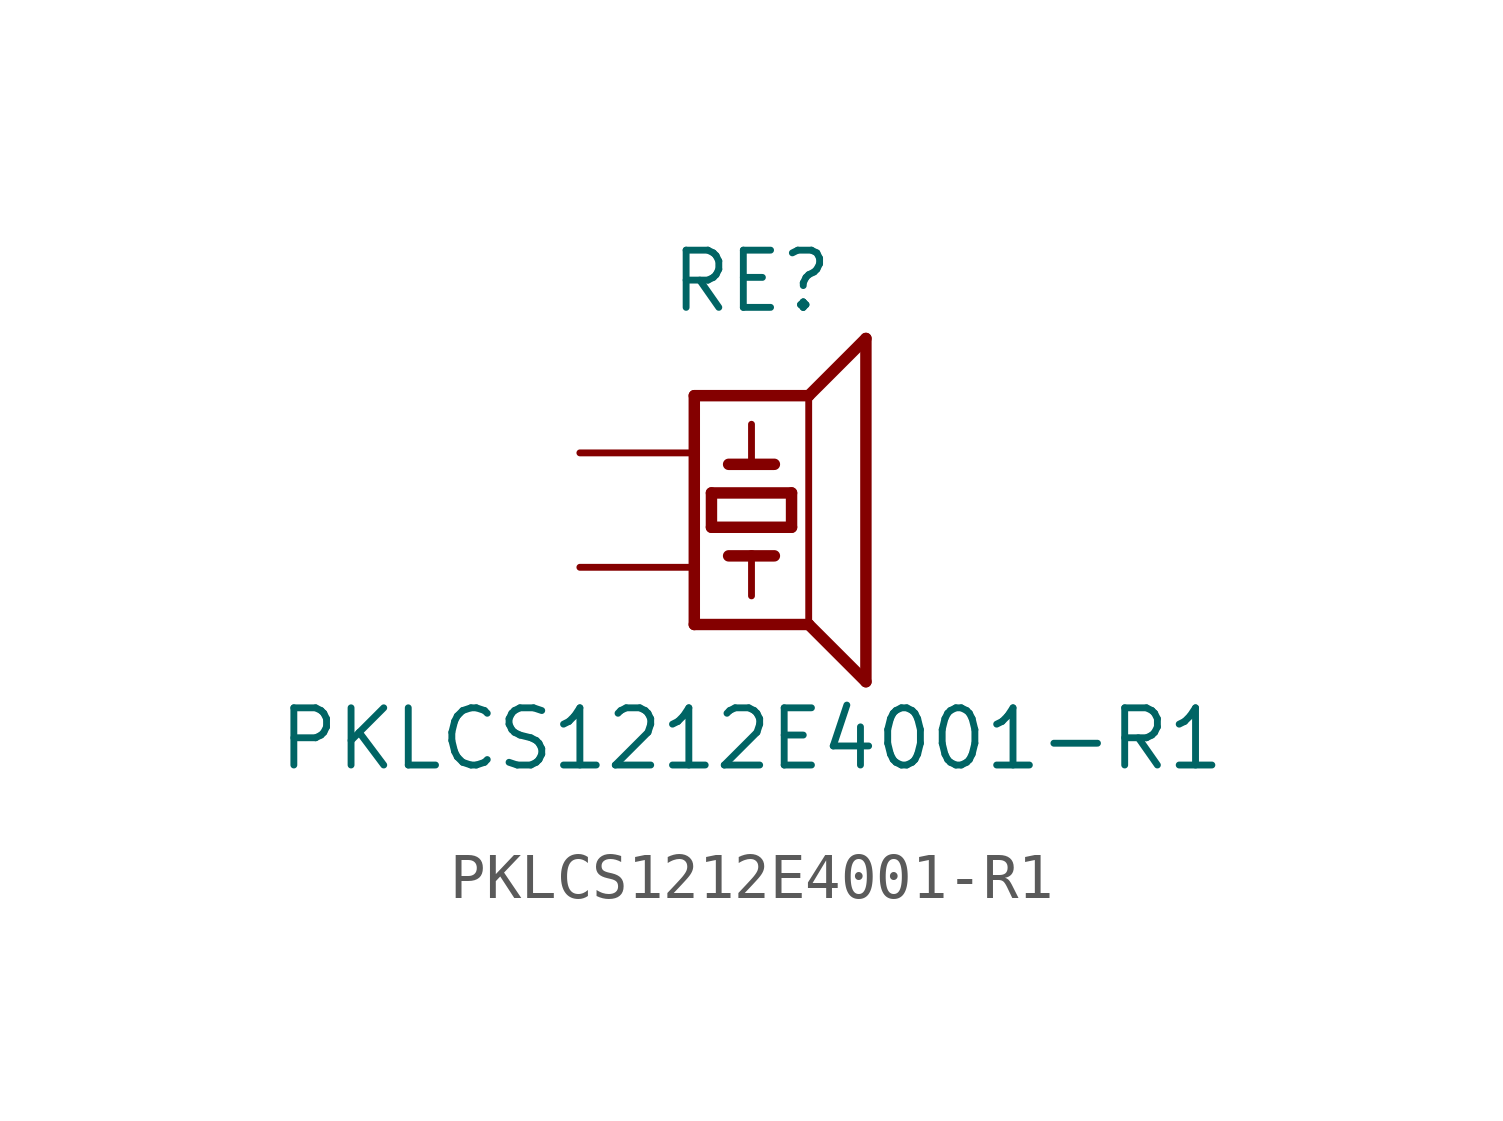
<source format=kicad_sym>
(kicad_symbol_lib
  (version 20220914)
  (generator kicad_symbol_editor)
  (symbol "PKLCS1212E4001-R1"
    (pin_numbers hide)
    (pin_names
      (offset 1.016) hide)
    (property "Reference" "RE"
      (at 0 5.08 0)
      (effects (font (size 1.27 1.27))))
    (property "Value" "PKLCS1212E4001-R1"
      (at 0 -5.08 0)
      (effects (font (size 1.27 1.27))))
    (symbol "PKLCS1212E4001-R1_1_0"
      (polyline (pts (xy -1.27 -2.54) (xy -1.27 2.54)) (stroke (width 0.254) (type default)) (fill (type none)))
      (polyline (pts (xy -1.27 -2.54) (xy 1.27 -2.54)) (stroke (width 0.254) (type default)) (fill (type none)))
      (polyline (pts (xy -0.889 -0.381) (xy 0.889 -0.381)) (stroke (width 0.254) (type default)) (fill (type none)))
      (polyline (pts (xy -0.889 0.381) (xy -0.889 -0.381)) (stroke (width 0.254) (type default)) (fill (type none)))
      (polyline (pts (xy -0.508 -1.016) (xy 0 -1.016)) (stroke (width 0.254) (type default)) (fill (type none)))
      (polyline (pts (xy -0.508 1.016) (xy 0 1.016)) (stroke (width 0.254) (type default)) (fill (type none)))
      (polyline (pts (xy 0 -1.905) (xy 0 -1.016)) (stroke (width 0.152) (type default)) (fill (type none)))
      (polyline (pts (xy 0 -1.016) (xy 0.508 -1.016)) (stroke (width 0.254) (type default)) (fill (type none)))
      (polyline (pts (xy 0 1.016) (xy 0 1.905)) (stroke (width 0.152) (type default)) (fill (type none)))
      (polyline (pts (xy 0 1.016) (xy 0.508 1.016)) (stroke (width 0.254) (type default)) (fill (type none)))
      (polyline (pts (xy 0.889 -0.381) (xy 0.889 0.381)) (stroke (width 0.254) (type default)) (fill (type none)))
      (polyline (pts (xy 0.889 0.381) (xy -0.889 0.381)) (stroke (width 0.254) (type default)) (fill (type none)))
      (polyline (pts (xy 1.27 -2.54) (xy 1.27 2.54)) (stroke (width 0.152) (type default)) (fill (type none)))
      (polyline (pts (xy 1.27 2.54) (xy -1.27 2.54)) (stroke (width 0.254) (type default)) (fill (type none)))
      (polyline (pts (xy 1.27 2.54) (xy 2.54 3.81)) (stroke (width 0.254) (type default)) (fill (type none)))
      (polyline (pts (xy 2.54 -3.81) (xy 1.27 -2.54)) (stroke (width 0.254) (type default)) (fill (type none)))
      (polyline (pts (xy 2.54 3.81) (xy 2.54 -3.81)) (stroke (width 0.254) (type default)) (fill (type none))))
    (symbol "PKLCS1212E4001-R1_1_1"
      (pin passive line (at -3.81 1.27 0) (length 2.54) (name "1" (effects (font (size 1.27 1.27)))) (number "1" (effects (font (size 1.27 1.27)))))
      (pin passive line (at -3.81 -1.27 0) (length 2.54) (name "2" (effects (font (size 1.27 1.27)))) (number "2" (effects (font (size 1.27 1.27))))))))
</source>
